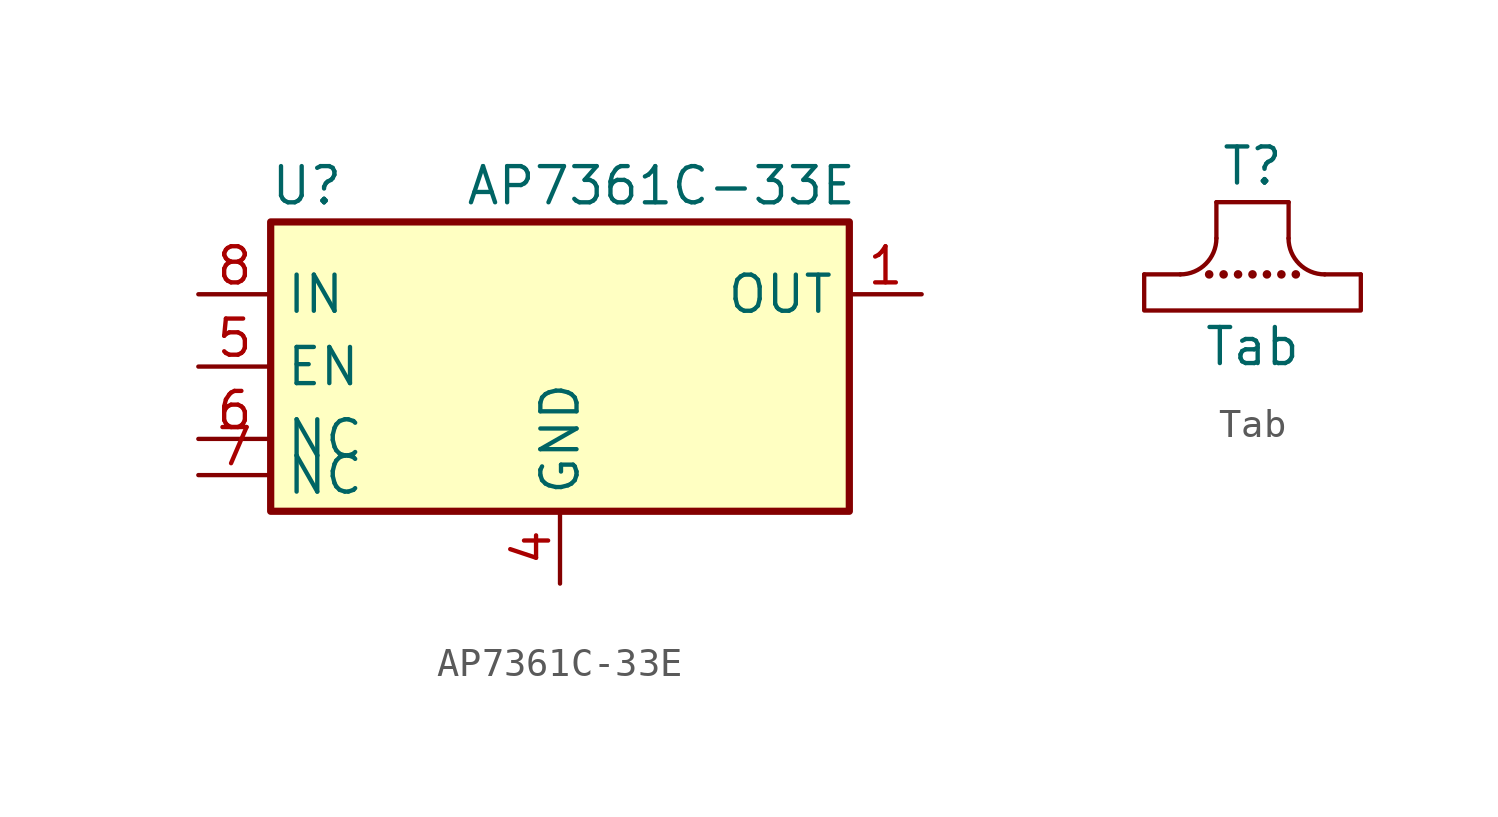
<source format=kicad_sym>
(kicad_symbol_lib
  (version 20241209)
  (generator "kicad_symbol_editor")
  (generator_version "9.0")
  (symbol "AP7361C-33E"
    (property "Reference" "U"
      (at -8.89 6.35 0)
      (effects (font (size 1.27 1.27))))
    (property "Value" "AP7361C-33E"
      (at 3.556 6.35 0)
      (effects (font (size 1.27 1.27))))
    (symbol "AP7361C-33E_0_1"
      (rectangle (start -10.16 5.08) (end 10.16 -5.08) (stroke (width 0.254) (type default)) (fill (type background))))
    (symbol "AP7361C-33E_1_0"
      (pin passive line (at -12.7 -2.54 0) (length 2.54) (name "NC" (effects (font (size 1.27 1.27)))) (number "6" (effects (font (size 1.27 1.27)))))
      (pin passive line (at -12.7 -3.81 0) (length 2.54) (name "NC" (effects (font (size 1.27 1.27)))) (number "7" (effects (font (size 1.27 1.27)))))
      (pin no_connect line (at 10.16 -1.27 180) (length 2.54) (hide yes) (name "NC" (effects (font (size 1.27 1.27)))) (number "2" (effects (font (size 1.27 1.27)))))
      (pin no_connect line (at 10.16 -3.81 180) (length 2.54) (hide yes) (name "NC" (effects (font (size 1.27 1.27)))) (number "3" (effects (font (size 1.27 1.27)))))
      (pin power_out line (at 12.7 2.54 180) (length 2.54) (name "OUT" (effects (font (size 1.27 1.27)))) (number "1" (effects (font (size 1.27 1.27))))))
    (symbol "AP7361C-33E_1_1"
      (pin power_in line (at -12.7 2.54 0) (length 2.54) (name "IN" (effects (font (size 1.27 1.27)))) (number "8" (effects (font (size 1.27 1.27)))))
      (pin input line (at -12.7 0 0) (length 2.54) (name "EN" (effects (font (size 1.27 1.27)))) (number "5" (effects (font (size 1.27 1.27)))))
      (pin power_in line (at 0 -7.62 90) (length 2.54) (name "GND" (effects (font (size 1.27 1.27)))) (number "4" (effects (font (size 1.27 1.27)))))
      (pin passive line (at 0 -7.62 90) (length 2.54) (hide yes) (name "GND" (effects (font (size 1.27 1.27)))) (number "9" (effects (font (size 1.27 1.27)))))))
  (symbol "Tab"
    (property "Reference" "T"
      (at 0 3.81 0)
      (effects (font (size 1.27 1.27))))
    (property "Value" "Tab"
      (at 0 -2.54 0)
      (effects (font (size 1.27 1.27))))
    (symbol "Tab_0_1"
      (polyline (pts (xy -3.81 0) (xy -2.54 0)) (stroke (width 0.152) (type default)) (fill (type none)))
      (polyline (pts (xy -3.81 0) (xy -3.81 -1.27) (xy 3.81 -1.27) (xy 3.81 0)) (stroke (width 0.152) (type default)) (fill (type none)))
      (arc (start -1.27 1.27) (mid -1.642 0.372) (end -2.54 0) (stroke (width 0.1524) (type default)) (fill (type none)))
      (circle (center -1.524 0) (radius 0.076) (stroke (width 0.152) (type default)) (fill (type none)))
      (polyline (pts (xy -1.27 1.27) (xy -1.27 2.54)) (stroke (width 0.152) (type default)) (fill (type none)))
      (circle (center -1.016 0) (radius 0.076) (stroke (width 0.152) (type default)) (fill (type none)))
      (circle (center -0.508 0) (radius 0.076) (stroke (width 0.152) (type default)) (fill (type none)))
      (circle (center 0 0) (radius 0.076) (stroke (width 0.152) (type default)) (fill (type none)))
      (circle (center 0.508 0) (radius 0.076) (stroke (width 0.152) (type default)) (fill (type none)))
      (circle (center 1.016 0) (radius 0.076) (stroke (width 0.152) (type default)) (fill (type none)))
      (polyline (pts (xy 1.27 2.54) (xy -1.27 2.54)) (stroke (width 0.152) (type default)) (fill (type none)))
      (polyline (pts (xy 1.27 1.27) (xy 1.27 2.54)) (stroke (width 0.152) (type default)) (fill (type none)))
      (circle (center 1.524 0) (radius 0.076) (stroke (width 0.152) (type default)) (fill (type none)))
      (arc (start 2.54 0) (mid 1.642 0.372) (end 1.27 1.27) (stroke (width 0.1524) (type default)) (fill (type none)))
      (polyline (pts (xy 2.54 0) (xy 3.81 0)) (stroke (width 0.152) (type default)) (fill (type none))))))
</source>
